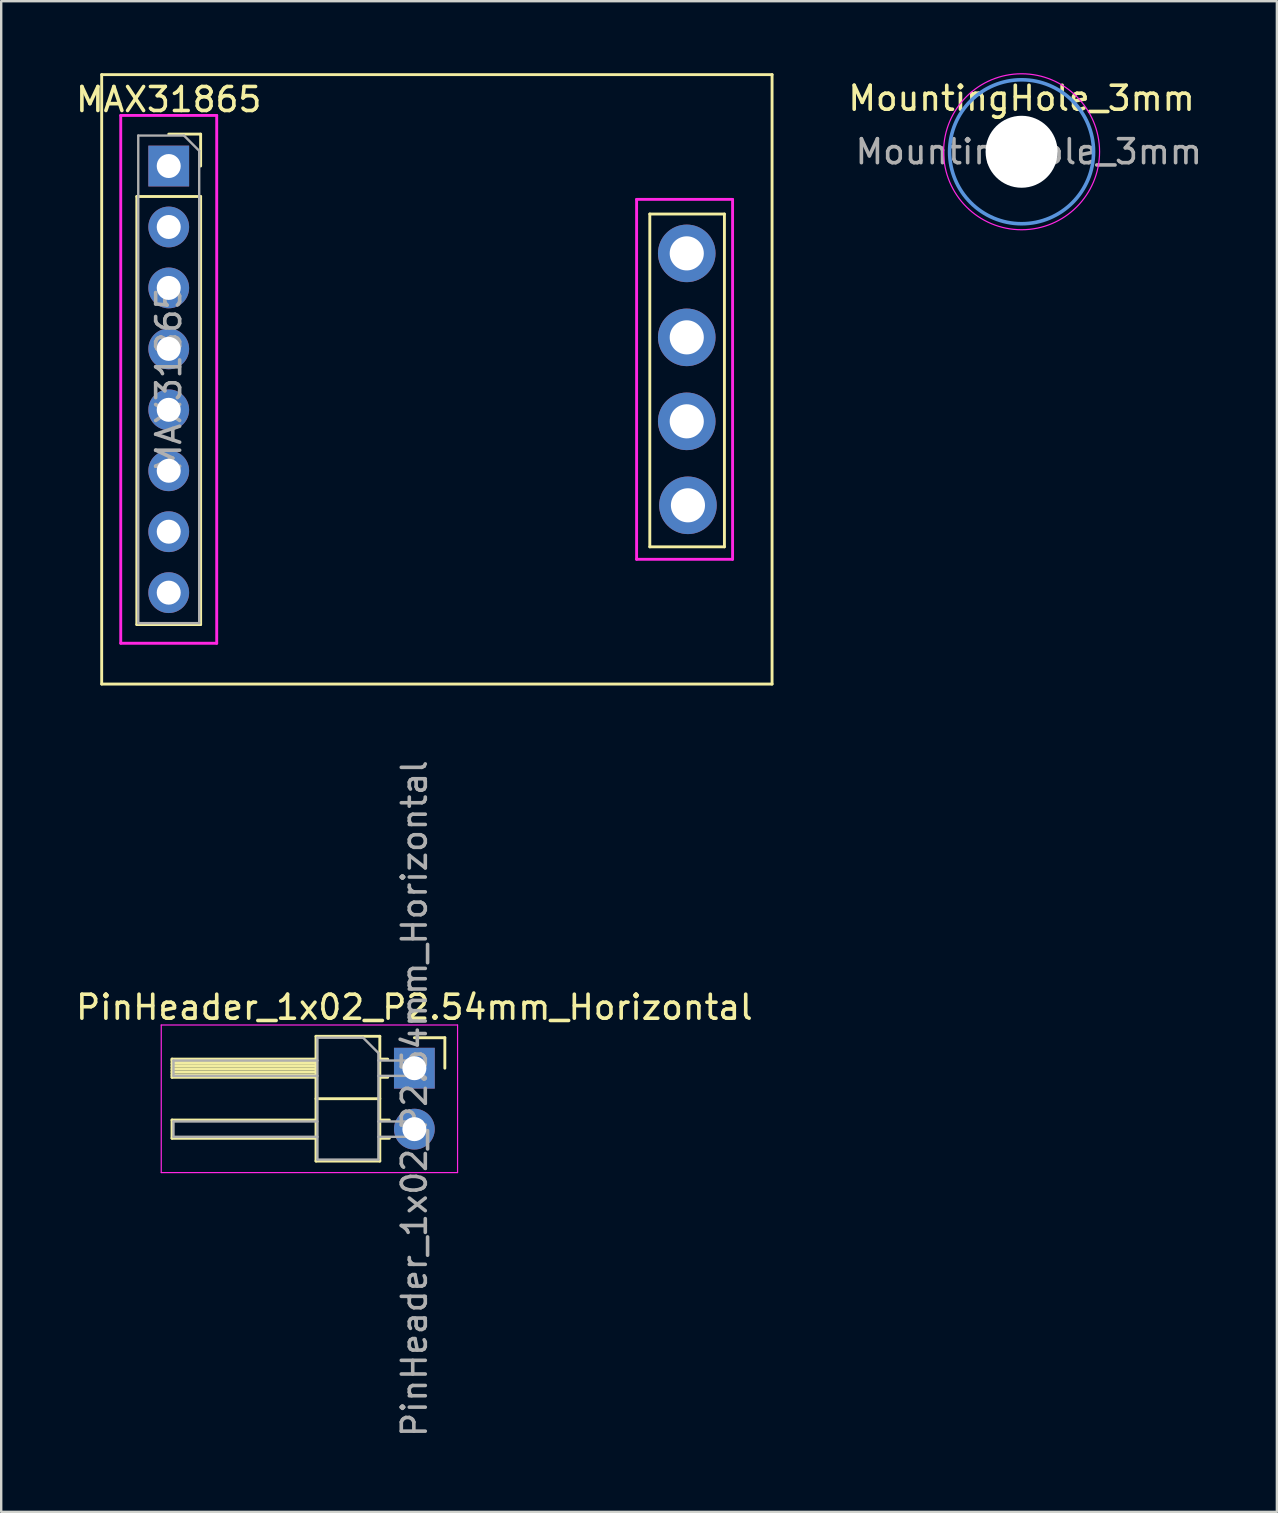
<source format=kicad_pcb>
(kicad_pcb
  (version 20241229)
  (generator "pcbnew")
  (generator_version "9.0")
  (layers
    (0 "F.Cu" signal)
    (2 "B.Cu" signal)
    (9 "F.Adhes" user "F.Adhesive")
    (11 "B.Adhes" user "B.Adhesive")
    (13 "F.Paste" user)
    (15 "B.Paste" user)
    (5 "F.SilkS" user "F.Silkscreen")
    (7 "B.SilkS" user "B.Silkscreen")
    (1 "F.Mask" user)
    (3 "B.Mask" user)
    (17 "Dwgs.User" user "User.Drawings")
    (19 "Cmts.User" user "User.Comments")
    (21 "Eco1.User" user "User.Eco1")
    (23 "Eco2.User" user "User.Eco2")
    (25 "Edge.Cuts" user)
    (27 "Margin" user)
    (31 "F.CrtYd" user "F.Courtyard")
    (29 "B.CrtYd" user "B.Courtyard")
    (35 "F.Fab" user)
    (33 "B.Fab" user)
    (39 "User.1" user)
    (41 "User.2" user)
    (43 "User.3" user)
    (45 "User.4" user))
  (footprint "MAX31865"
    (layer "F.Cu")
    (at 3.982 12.76)
    (property "Reference" "MAX31865" (at 0 -11.66 0) (layer "F.SilkS") (effects (font (size 1 1) (thickness 0.15))))
    (attr through_hole)
    (fp_line (start -2.794 -12.7) (end -2.794 12.7) (stroke (width 0.12) (type solid)) (layer "F.SilkS"))
    (fp_line (start -2.794 -12.7) (end 25.146 -12.7) (stroke (width 0.12) (type solid)) (layer "F.SilkS"))
    (fp_line (start -2.794 12.7) (end 25.146 12.7) (stroke (width 0.12) (type solid)) (layer "F.SilkS"))
    (fp_line (start -1.33 -7.62) (end -1.33 10.22) (stroke (width 0.12) (type solid)) (layer "F.SilkS"))
    (fp_line (start -1.33 -7.62) (end 1.33 -7.62) (stroke (width 0.12) (type solid)) (layer "F.SilkS"))
    (fp_line (start -1.33 10.22) (end 1.33 10.22) (stroke (width 0.12) (type solid)) (layer "F.SilkS"))
    (fp_line (start 0 -10.22) (end 1.33 -10.22) (stroke (width 0.12) (type solid)) (layer "F.SilkS"))
    (fp_line (start 1.33 -10.22) (end 1.33 -8.89) (stroke (width 0.12) (type solid)) (layer "F.SilkS"))
    (fp_line (start 1.33 -7.62) (end 1.33 10.22) (stroke (width 0.12) (type solid)) (layer "F.SilkS"))
    (fp_line (start 20.05 -6.89) (end 23.16 -6.89) (stroke (width 0.12) (type solid)) (layer "F.SilkS"))
    (fp_line (start 20.05 6.98) (end 20.05 -6.89) (stroke (width 0.12) (type solid)) (layer "F.SilkS"))
    (fp_line (start 23.16 -6.89) (end 23.16 6.98) (stroke (width 0.12) (type solid)) (layer "F.SilkS"))
    (fp_line (start 23.16 6.98) (end 20.05 6.98) (stroke (width 0.12) (type solid)) (layer "F.SilkS"))
    (fp_line (start 25.146 -12.7) (end 25.146 12.7) (stroke (width 0.12) (type solid)) (layer "F.SilkS"))
    (fp_line (start -2 -11) (end -2 11) (stroke (width 0.12) (type solid)) (layer "F.CrtYd"))
    (fp_line (start -2 11) (end 2 11) (stroke (width 0.12) (type solid)) (layer "F.CrtYd"))
    (fp_line (start 2 -11) (end -2 -11) (stroke (width 0.12) (type solid)) (layer "F.CrtYd"))
    (fp_line (start 2 11) (end 2 -11) (stroke (width 0.12) (type solid)) (layer "F.CrtYd"))
    (fp_line (start 19.5 -7.5) (end 19.5 7.5) (stroke (width 0.12) (type solid)) (layer "F.CrtYd"))
    (fp_line (start 19.5 7.5) (end 23.5 7.5) (stroke (width 0.12) (type solid)) (layer "F.CrtYd"))
    (fp_line (start 23.5 -7.5) (end 19.5 -7.5) (stroke (width 0.12) (type solid)) (layer "F.CrtYd"))
    (fp_line (start 23.5 7.5) (end 23.5 -7.5) (stroke (width 0.12) (type solid)) (layer "F.CrtYd"))
    (fp_line (start -1.27 -10.16) (end 0.635 -10.16) (stroke (width 0.1) (type solid)) (layer "F.Fab"))
    (fp_line (start -1.27 10.16) (end -1.27 -10.16) (stroke (width 0.1) (type solid)) (layer "F.Fab"))
    (fp_line (start 0.635 -10.16) (end 1.27 -9.525) (stroke (width 0.1) (type solid)) (layer "F.Fab"))
    (fp_line (start 1.27 -9.525) (end 1.27 10.16) (stroke (width 0.1) (type solid)) (layer "F.Fab"))
    (fp_line (start 1.27 10.16) (end -1.27 10.16) (stroke (width 0.1) (type solid)) (layer "F.Fab"))
    (fp_text user "${REFERENCE}" (at 0 0 90) (layer "F.Fab") (effects (font (size 1 1) (thickness 0.15))))
    (pad "1" thru_hole rect (at 0 -8.89) (size 1.7 1.7) (drill 1) (layers "*.Cu" "*.Mask"))
    (pad "2" thru_hole oval (at 0 -6.35) (size 1.7 1.7) (drill 1) (layers "*.Cu" "*.Mask"))
    (pad "3" thru_hole oval (at 0 -3.81) (size 1.7 1.7) (drill 1) (layers "*.Cu" "*.Mask"))
    (pad "4" thru_hole oval (at 0 -1.27) (size 1.7 1.7) (drill 1) (layers "*.Cu" "*.Mask"))
    (pad "5" thru_hole oval (at 0 1.27) (size 1.7 1.7) (drill 1) (layers "*.Cu" "*.Mask"))
    (pad "6" thru_hole oval (at 0 3.81) (size 1.7 1.7) (drill 1) (layers "*.Cu" "*.Mask"))
    (pad "7" thru_hole oval (at 0 6.35) (size 1.7 1.7) (drill 1) (layers "*.Cu" "*.Mask"))
    (pad "8" thru_hole oval (at 0 8.89) (size 1.7 1.7) (drill 1) (layers "*.Cu" "*.Mask"))
    (pad "9" thru_hole circle (at 21.59 -5.25) (size 2.4 2.4) (drill 1.422) (layers "*.Cu" "*.Mask"))
    (pad "10" thru_hole circle (at 21.59 -1.75) (size 2.4 2.4) (drill 1.422) (layers "*.Cu" "*.Mask"))
    (pad "11" thru_hole circle (at 21.59 1.75) (size 2.4 2.4) (drill 1.422) (layers "*.Cu" "*.Mask"))
    (pad "12" thru_hole circle (at 21.64 5.25) (size 2.4 2.4) (drill 1.422) (layers "*.Cu" "*.Mask")))
  (footprint "PinHeader_1x02_P2.54mm_Horizontal"
    (layer "F.Cu")
    (at 14.22 41.47)
    (property "Reference" "PinHeader_1x02_P2.54mm_Horizontal" (at 0 -2.54 0) (layer "F.SilkS") (effects (font (size 1 1) (thickness 0.15))))
    (attr through_hole)
    (fp_line (start -10.1 -0.38) (end -10.1 0.38) (stroke (width 0.12) (type solid)) (layer "F.SilkS"))
    (fp_line (start -10.1 0.38) (end -4.1 0.38) (stroke (width 0.12) (type solid)) (layer "F.SilkS"))
    (fp_line (start -10.1 2.16) (end -10.1 2.92) (stroke (width 0.12) (type solid)) (layer "F.SilkS"))
    (fp_line (start -10.1 2.92) (end -4.1 2.92) (stroke (width 0.12) (type solid)) (layer "F.SilkS"))
    (fp_line (start -4.1 -1.33) (end -1.44 -1.33) (stroke (width 0.12) (type solid)) (layer "F.SilkS"))
    (fp_line (start -4.1 -0.38) (end -10.1 -0.38) (stroke (width 0.12) (type solid)) (layer "F.SilkS"))
    (fp_line (start -4.1 -0.32) (end -10.1 -0.32) (stroke (width 0.12) (type solid)) (layer "F.SilkS"))
    (fp_line (start -4.1 -0.2) (end -10.1 -0.2) (stroke (width 0.12) (type solid)) (layer "F.SilkS"))
    (fp_line (start -4.1 -0.08) (end -10.1 -0.08) (stroke (width 0.12) (type solid)) (layer "F.SilkS"))
    (fp_line (start -4.1 0.04) (end -10.1 0.04) (stroke (width 0.12) (type solid)) (layer "F.SilkS"))
    (fp_line (start -4.1 0.16) (end -10.1 0.16) (stroke (width 0.12) (type solid)) (layer "F.SilkS"))
    (fp_line (start -4.1 0.28) (end -10.1 0.28) (stroke (width 0.12) (type solid)) (layer "F.SilkS"))
    (fp_line (start -4.1 2.16) (end -10.1 2.16) (stroke (width 0.12) (type solid)) (layer "F.SilkS"))
    (fp_line (start -4.1 3.87) (end -4.1 -1.33) (stroke (width 0.12) (type solid)) (layer "F.SilkS"))
    (fp_line (start -1.44 -1.33) (end -1.44 3.87) (stroke (width 0.12) (type solid)) (layer "F.SilkS"))
    (fp_line (start -1.44 1.27) (end -4.1 1.27) (stroke (width 0.12) (type solid)) (layer "F.SilkS"))
    (fp_line (start -1.44 3.87) (end -4.1 3.87) (stroke (width 0.12) (type solid)) (layer "F.SilkS"))
    (fp_line (start -1.11 -0.38) (end -1.44 -0.38) (stroke (width 0.12) (type solid)) (layer "F.SilkS"))
    (fp_line (start -1.11 0.38) (end -1.44 0.38) (stroke (width 0.12) (type solid)) (layer "F.SilkS"))
    (fp_line (start -1.043 2.16) (end -1.44 2.16) (stroke (width 0.12) (type solid)) (layer "F.SilkS"))
    (fp_line (start -1.043 2.92) (end -1.44 2.92) (stroke (width 0.12) (type solid)) (layer "F.SilkS"))
    (fp_line (start 1.27 -1.27) (end 0 -1.27) (stroke (width 0.12) (type solid)) (layer "F.SilkS"))
    (fp_line (start 1.27 0) (end 1.27 -1.27) (stroke (width 0.12) (type solid)) (layer "F.SilkS"))
    (fp_line (start -10.55 -1.8) (end 1.8 -1.8) (stroke (width 0.05) (type solid)) (layer "F.CrtYd"))
    (fp_line (start -10.55 4.35) (end -10.55 -1.8) (stroke (width 0.05) (type solid)) (layer "F.CrtYd"))
    (fp_line (start 1.8 -1.8) (end 1.8 4.35) (stroke (width 0.05) (type solid)) (layer "F.CrtYd"))
    (fp_line (start 1.8 4.35) (end -10.55 4.35) (stroke (width 0.05) (type solid)) (layer "F.CrtYd"))
    (fp_line (start -10.04 -0.32) (end -10.04 0.32) (stroke (width 0.1) (type solid)) (layer "F.Fab"))
    (fp_line (start -10.04 2.22) (end -10.04 2.86) (stroke (width 0.1) (type solid)) (layer "F.Fab"))
    (fp_line (start -4.04 -1.27) (end -4.04 3.81) (stroke (width 0.1) (type solid)) (layer "F.Fab"))
    (fp_line (start -4.04 -0.32) (end -10.04 -0.32) (stroke (width 0.1) (type solid)) (layer "F.Fab"))
    (fp_line (start -4.04 0.32) (end -10.04 0.32) (stroke (width 0.1) (type solid)) (layer "F.Fab"))
    (fp_line (start -4.04 2.22) (end -10.04 2.22) (stroke (width 0.1) (type solid)) (layer "F.Fab"))
    (fp_line (start -4.04 2.86) (end -10.04 2.86) (stroke (width 0.1) (type solid)) (layer "F.Fab"))
    (fp_line (start -4.04 3.81) (end -1.5 3.81) (stroke (width 0.1) (type solid)) (layer "F.Fab"))
    (fp_line (start -2.135 -1.27) (end -4.04 -1.27) (stroke (width 0.1) (type solid)) (layer "F.Fab"))
    (fp_line (start -1.5 -0.635) (end -2.135 -1.27) (stroke (width 0.1) (type solid)) (layer "F.Fab"))
    (fp_line (start -1.5 3.81) (end -1.5 -0.635) (stroke (width 0.1) (type solid)) (layer "F.Fab"))
    (fp_line (start 0.32 -0.32) (end -1.5 -0.32) (stroke (width 0.1) (type solid)) (layer "F.Fab"))
    (fp_line (start 0.32 -0.32) (end 0.32 0.32) (stroke (width 0.1) (type solid)) (layer "F.Fab"))
    (fp_line (start 0.32 0.32) (end -1.5 0.32) (stroke (width 0.1) (type solid)) (layer "F.Fab"))
    (fp_line (start 0.32 2.22) (end -1.5 2.22) (stroke (width 0.1) (type solid)) (layer "F.Fab"))
    (fp_line (start 0.32 2.22) (end 0.32 2.86) (stroke (width 0.1) (type solid)) (layer "F.Fab"))
    (fp_line (start 0.32 2.86) (end -1.5 2.86) (stroke (width 0.1) (type solid)) (layer "F.Fab"))
    (fp_text user "${REFERENCE}" (at 0 1.27 270) (layer "F.Fab") (effects (font (size 1 1) (thickness 0.15))))
    (pad "1" thru_hole rect (at 0 0) (size 1.7 1.7) (drill 1) (layers "*.Cu" "*.Mask"))
    (pad "2" thru_hole oval (at 0 2.54) (size 1.7 1.7) (drill 1) (layers "*.Cu" "*.Mask")))
  (footprint "MountingHole_3mm"
    (layer "F.Cu")
    (at 39.527 3.275)
    (property "Reference" "MountingHole_3mm" (at 0 -2.228 0) (layer "F.SilkS") (effects (font (size 1 1) (thickness 0.15))))
    (attr exclude_from_pos_files exclude_from_bom)
    (fp_circle (center 0 0) (end 3 0) (stroke (width 0.15) (type solid)) (fill no) (layer "Cmts.User"))
    (fp_circle (center 0 0) (end 3.25 0) (stroke (width 0.05) (type solid)) (fill no) (layer "F.CrtYd"))
    (fp_text user "${REFERENCE}" (at 0.3 0 0) (layer "F.Fab") (effects (font (size 1 1) (thickness 0.15))))
    (pad "" np_thru_hole circle (at 0 0) (size 3 3) (drill 3) (layers "*.Cu" "*.Mask")))
  (gr_rect
    (start -3 -3)
    (end 50.167 59.96)
    (stroke (width 0.1) (type default))
    (fill no)
    (layer "Edge.Cuts")))
</source>
